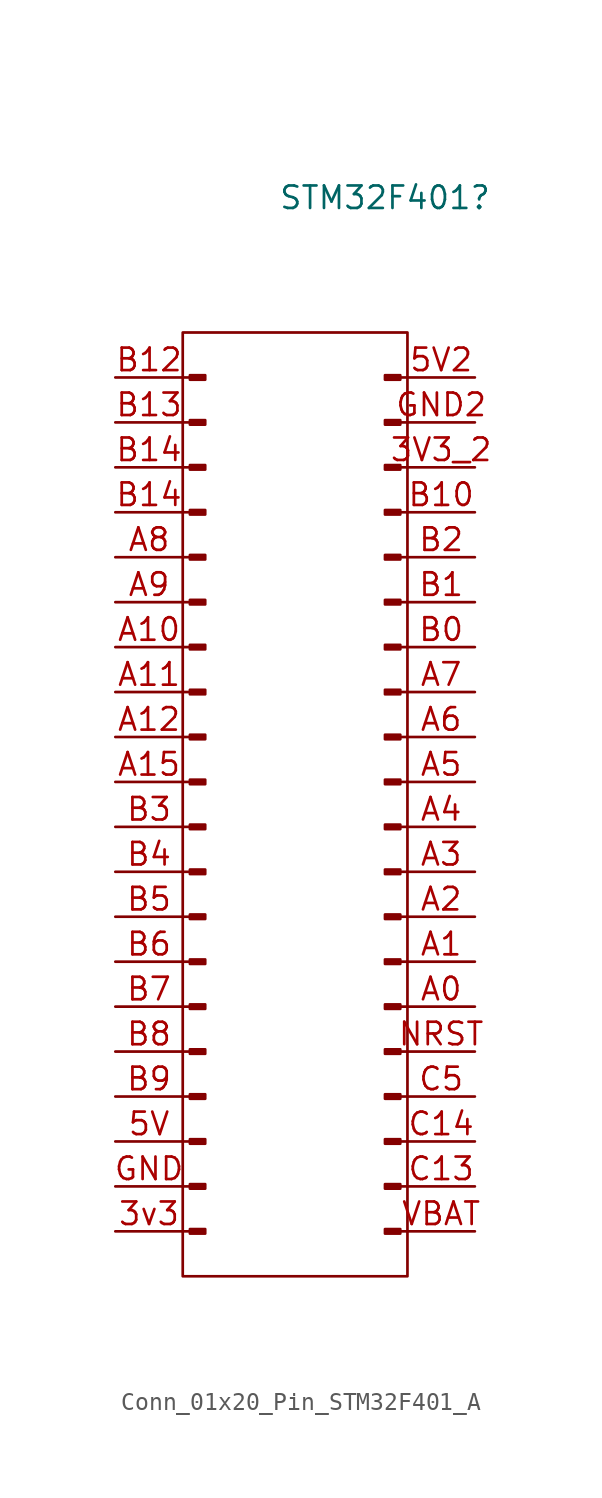
<source format=kicad_sym>
(kicad_symbol_lib
  (version 20220914)
  (generator kicad_symbol_editor)
  (symbol "Conn_01x20_Pin_STM32F401_A"
    (pin_names
      (offset 1.016) hide)
    (property "Reference" "STM32F401"
      (at 13.97 33.02 0)
      (effects (font (size 1.27 1.27))))
    (property "ki_locked" ""
      (at 0 0 0)
      (effects (font (size 1.27 1.27))))
    (symbol "Conn_01x20_Pin_STM32F401_A_0_1"
      (rectangle (start 2.54 25.4) (end 15.24 -27.94) (stroke (width 0) (type default)) (fill (type none))))
    (symbol "Conn_01x20_Pin_STM32F401_A_1_1"
      (polyline (pts (xy 2.54 -25.4) (xy 2.946 -25.4)) (stroke (width 0.152) (type default)) (fill (type none)))
      (polyline (pts (xy 2.54 -22.86) (xy 2.946 -22.86)) (stroke (width 0.152) (type default)) (fill (type none)))
      (polyline (pts (xy 2.54 -20.32) (xy 2.946 -20.32)) (stroke (width 0.152) (type default)) (fill (type none)))
      (polyline (pts (xy 2.54 -17.78) (xy 2.946 -17.78)) (stroke (width 0.152) (type default)) (fill (type none)))
      (polyline (pts (xy 2.54 -15.24) (xy 2.946 -15.24)) (stroke (width 0.152) (type default)) (fill (type none)))
      (polyline (pts (xy 2.54 -12.7) (xy 2.946 -12.7)) (stroke (width 0.152) (type default)) (fill (type none)))
      (polyline (pts (xy 2.54 -10.16) (xy 2.946 -10.16)) (stroke (width 0.152) (type default)) (fill (type none)))
      (polyline (pts (xy 2.54 -7.62) (xy 2.946 -7.62)) (stroke (width 0.152) (type default)) (fill (type none)))
      (polyline (pts (xy 2.54 -5.08) (xy 2.946 -5.08)) (stroke (width 0.152) (type default)) (fill (type none)))
      (polyline (pts (xy 2.54 -2.54) (xy 2.946 -2.54)) (stroke (width 0.152) (type default)) (fill (type none)))
      (polyline (pts (xy 2.54 0) (xy 2.946 0)) (stroke (width 0.152) (type default)) (fill (type none)))
      (polyline (pts (xy 2.54 2.54) (xy 2.946 2.54)) (stroke (width 0.152) (type default)) (fill (type none)))
      (polyline (pts (xy 2.54 5.08) (xy 2.946 5.08)) (stroke (width 0.152) (type default)) (fill (type none)))
      (polyline (pts (xy 2.54 7.62) (xy 2.946 7.62)) (stroke (width 0.152) (type default)) (fill (type none)))
      (polyline (pts (xy 2.54 10.16) (xy 2.946 10.16)) (stroke (width 0.152) (type default)) (fill (type none)))
      (polyline (pts (xy 2.54 12.7) (xy 2.946 12.7)) (stroke (width 0.152) (type default)) (fill (type none)))
      (polyline (pts (xy 2.54 15.24) (xy 2.946 15.24)) (stroke (width 0.152) (type default)) (fill (type none)))
      (polyline (pts (xy 2.54 17.78) (xy 2.946 17.78)) (stroke (width 0.152) (type default)) (fill (type none)))
      (polyline (pts (xy 2.54 20.32) (xy 2.946 20.32)) (stroke (width 0.152) (type default)) (fill (type none)))
      (polyline (pts (xy 2.54 22.86) (xy 2.946 22.86)) (stroke (width 0.152) (type default)) (fill (type none)))
      (polyline (pts (xy 15.24 -25.4) (xy 14.834 -25.4)) (stroke (width 0.152) (type default)) (fill (type none)))
      (polyline (pts (xy 15.24 -22.86) (xy 14.834 -22.86)) (stroke (width 0.152) (type default)) (fill (type none)))
      (polyline (pts (xy 15.24 -20.32) (xy 14.834 -20.32)) (stroke (width 0.152) (type default)) (fill (type none)))
      (polyline (pts (xy 15.24 -17.78) (xy 14.834 -17.78)) (stroke (width 0.152) (type default)) (fill (type none)))
      (polyline (pts (xy 15.24 -15.24) (xy 14.834 -15.24)) (stroke (width 0.152) (type default)) (fill (type none)))
      (polyline (pts (xy 15.24 -12.7) (xy 14.834 -12.7)) (stroke (width 0.152) (type default)) (fill (type none)))
      (polyline (pts (xy 15.24 -10.16) (xy 14.834 -10.16)) (stroke (width 0.152) (type default)) (fill (type none)))
      (polyline (pts (xy 15.24 -7.62) (xy 14.834 -7.62)) (stroke (width 0.152) (type default)) (fill (type none)))
      (polyline (pts (xy 15.24 -5.08) (xy 14.834 -5.08)) (stroke (width 0.152) (type default)) (fill (type none)))
      (polyline (pts (xy 15.24 -2.54) (xy 14.834 -2.54)) (stroke (width 0.152) (type default)) (fill (type none)))
      (polyline (pts (xy 15.24 0) (xy 14.834 0)) (stroke (width 0.152) (type default)) (fill (type none)))
      (polyline (pts (xy 15.24 2.54) (xy 14.834 2.54)) (stroke (width 0.152) (type default)) (fill (type none)))
      (polyline (pts (xy 15.24 5.08) (xy 14.834 5.08)) (stroke (width 0.152) (type default)) (fill (type none)))
      (polyline (pts (xy 15.24 7.62) (xy 14.834 7.62)) (stroke (width 0.152) (type default)) (fill (type none)))
      (polyline (pts (xy 15.24 10.16) (xy 14.834 10.16)) (stroke (width 0.152) (type default)) (fill (type none)))
      (polyline (pts (xy 15.24 12.7) (xy 14.834 12.7)) (stroke (width 0.152) (type default)) (fill (type none)))
      (polyline (pts (xy 15.24 15.24) (xy 14.834 15.24)) (stroke (width 0.152) (type default)) (fill (type none)))
      (polyline (pts (xy 15.24 17.78) (xy 14.834 17.78)) (stroke (width 0.152) (type default)) (fill (type none)))
      (polyline (pts (xy 15.24 20.32) (xy 14.834 20.32)) (stroke (width 0.152) (type default)) (fill (type none)))
      (polyline (pts (xy 15.24 22.86) (xy 14.834 22.86)) (stroke (width 0.152) (type default)) (fill (type none)))
      (rectangle (start 3.81 -25.527) (end 2.946 -25.273) (stroke (width 0.152) (type default)) (fill (type outline)))
      (rectangle (start 3.81 -22.987) (end 2.946 -22.733) (stroke (width 0.152) (type default)) (fill (type outline)))
      (rectangle (start 3.81 -20.447) (end 2.946 -20.193) (stroke (width 0.152) (type default)) (fill (type outline)))
      (rectangle (start 3.81 -17.907) (end 2.946 -17.653) (stroke (width 0.152) (type default)) (fill (type outline)))
      (rectangle (start 3.81 -15.367) (end 2.946 -15.113) (stroke (width 0.152) (type default)) (fill (type outline)))
      (rectangle (start 3.81 -12.827) (end 2.946 -12.573) (stroke (width 0.152) (type default)) (fill (type outline)))
      (rectangle (start 3.81 -10.287) (end 2.946 -10.033) (stroke (width 0.152) (type default)) (fill (type outline)))
      (rectangle (start 3.81 -7.747) (end 2.946 -7.493) (stroke (width 0.152) (type default)) (fill (type outline)))
      (rectangle (start 3.81 -5.207) (end 2.946 -4.953) (stroke (width 0.152) (type default)) (fill (type outline)))
      (rectangle (start 3.81 -2.667) (end 2.946 -2.413) (stroke (width 0.152) (type default)) (fill (type outline)))
      (rectangle (start 3.81 -0.127) (end 2.946 0.127) (stroke (width 0.152) (type default)) (fill (type outline)))
      (rectangle (start 3.81 2.413) (end 2.946 2.667) (stroke (width 0.152) (type default)) (fill (type outline)))
      (rectangle (start 3.81 4.953) (end 2.946 5.207) (stroke (width 0.152) (type default)) (fill (type outline)))
      (rectangle (start 3.81 7.493) (end 2.946 7.747) (stroke (width 0.152) (type default)) (fill (type outline)))
      (rectangle (start 3.81 10.033) (end 2.946 10.287) (stroke (width 0.152) (type default)) (fill (type outline)))
      (rectangle (start 3.81 12.573) (end 2.946 12.827) (stroke (width 0.152) (type default)) (fill (type outline)))
      (rectangle (start 3.81 15.113) (end 2.946 15.367) (stroke (width 0.152) (type default)) (fill (type outline)))
      (rectangle (start 3.81 17.653) (end 2.946 17.907) (stroke (width 0.152) (type default)) (fill (type outline)))
      (rectangle (start 3.81 20.193) (end 2.946 20.447) (stroke (width 0.152) (type default)) (fill (type outline)))
      (rectangle (start 3.81 22.733) (end 2.946 22.987) (stroke (width 0.152) (type default)) (fill (type outline)))
      (rectangle (start 14.834 -25.273) (end 13.97 -25.527) (stroke (width 0.152) (type default)) (fill (type outline)))
      (rectangle (start 14.834 -22.733) (end 13.97 -22.987) (stroke (width 0.152) (type default)) (fill (type outline)))
      (rectangle (start 14.834 -20.193) (end 13.97 -20.447) (stroke (width 0.152) (type default)) (fill (type outline)))
      (rectangle (start 14.834 -17.653) (end 13.97 -17.907) (stroke (width 0.152) (type default)) (fill (type outline)))
      (rectangle (start 14.834 -15.113) (end 13.97 -15.367) (stroke (width 0.152) (type default)) (fill (type outline)))
      (rectangle (start 14.834 -12.573) (end 13.97 -12.827) (stroke (width 0.152) (type default)) (fill (type outline)))
      (rectangle (start 14.834 -10.033) (end 13.97 -10.287) (stroke (width 0.152) (type default)) (fill (type outline)))
      (rectangle (start 14.834 -7.493) (end 13.97 -7.747) (stroke (width 0.152) (type default)) (fill (type outline)))
      (rectangle (start 14.834 -4.953) (end 13.97 -5.207) (stroke (width 0.152) (type default)) (fill (type outline)))
      (rectangle (start 14.834 -2.413) (end 13.97 -2.667) (stroke (width 0.152) (type default)) (fill (type outline)))
      (rectangle (start 14.834 0.127) (end 13.97 -0.127) (stroke (width 0.152) (type default)) (fill (type outline)))
      (rectangle (start 14.834 2.667) (end 13.97 2.413) (stroke (width 0.152) (type default)) (fill (type outline)))
      (rectangle (start 14.834 5.207) (end 13.97 4.953) (stroke (width 0.152) (type default)) (fill (type outline)))
      (rectangle (start 14.834 7.747) (end 13.97 7.493) (stroke (width 0.152) (type default)) (fill (type outline)))
      (rectangle (start 14.834 10.287) (end 13.97 10.033) (stroke (width 0.152) (type default)) (fill (type outline)))
      (rectangle (start 14.834 12.827) (end 13.97 12.573) (stroke (width 0.152) (type default)) (fill (type outline)))
      (rectangle (start 14.834 15.367) (end 13.97 15.113) (stroke (width 0.152) (type default)) (fill (type outline)))
      (rectangle (start 14.834 17.907) (end 13.97 17.653) (stroke (width 0.152) (type default)) (fill (type outline)))
      (rectangle (start 14.834 20.447) (end 13.97 20.193) (stroke (width 0.152) (type default)) (fill (type outline)))
      (rectangle (start 14.834 22.987) (end 13.97 22.733) (stroke (width 0.152) (type default)) (fill (type outline)))
      (pin passive line (at 19.05 17.78 180) (length 3.81) (name "Pin_23" (effects (font (size 1.27 1.27)))) (number "3V3_2" (effects (font (size 1.27 1.27)))))
      (pin passive line (at -1.27 -25.4 0) (length 3.81) (name "Pin_20" (effects (font (size 1.27 1.27)))) (number "3v3" (effects (font (size 1.27 1.27)))))
      (pin passive line (at -1.27 -20.32 0) (length 3.81) (name "Pin_18" (effects (font (size 1.27 1.27)))) (number "5V" (effects (font (size 1.27 1.27)))))
      (pin passive line (at 19.05 22.86 180) (length 3.81) (name "Pin_21" (effects (font (size 1.27 1.27)))) (number "5V2" (effects (font (size 1.27 1.27)))))
      (pin passive line (at 19.05 -12.7 180) (length 3.81) (name "Pin_35" (effects (font (size 1.27 1.27)))) (number "A0" (effects (font (size 1.27 1.27)))))
      (pin passive line (at 19.05 -10.16 180) (length 3.81) (name "Pin_34" (effects (font (size 1.27 1.27)))) (number "A1" (effects (font (size 1.27 1.27)))))
      (pin passive line (at -1.27 7.62 0) (length 3.81) (name "Pin_7" (effects (font (size 1.27 1.27)))) (number "A10" (effects (font (size 1.27 1.27)))))
      (pin passive line (at -1.27 5.08 0) (length 3.81) (name "Pin_8" (effects (font (size 1.27 1.27)))) (number "A11" (effects (font (size 1.27 1.27)))))
      (pin passive line (at -1.27 2.54 0) (length 3.81) (name "Pin_9" (effects (font (size 1.27 1.27)))) (number "A12" (effects (font (size 1.27 1.27)))))
      (pin passive line (at -1.27 0 0) (length 3.81) (name "A15" (effects (font (size 1.27 1.27)))) (number "A15" (effects (font (size 1.27 1.27)))))
      (pin passive line (at 19.05 -7.62 180) (length 3.81) (name "Pin_33" (effects (font (size 1.27 1.27)))) (number "A2" (effects (font (size 1.27 1.27)))))
      (pin passive line (at 19.05 -5.08 180) (length 3.81) (name "Pin_32" (effects (font (size 1.27 1.27)))) (number "A3" (effects (font (size 1.27 1.27)))))
      (pin passive line (at 19.05 -2.54 180) (length 3.81) (name "Pin_31" (effects (font (size 1.27 1.27)))) (number "A4" (effects (font (size 1.27 1.27)))))
      (pin passive line (at 19.05 0 180) (length 3.81) (name "Pin_20" (effects (font (size 1.27 1.27)))) (number "A5" (effects (font (size 1.27 1.27)))))
      (pin passive line (at 19.05 2.54 180) (length 3.81) (name "Pin_29" (effects (font (size 1.27 1.27)))) (number "A6" (effects (font (size 1.27 1.27)))))
      (pin passive line (at 19.05 5.08 180) (length 3.81) (name "Pin_28" (effects (font (size 1.27 1.27)))) (number "A7" (effects (font (size 1.27 1.27)))))
      (pin passive line (at -1.27 12.7 0) (length 3.81) (name "Pin_5" (effects (font (size 1.27 1.27)))) (number "A8" (effects (font (size 1.27 1.27)))))
      (pin passive line (at -1.27 10.16 0) (length 3.81) (name "Pin_6" (effects (font (size 1.27 1.27)))) (number "A9" (effects (font (size 1.27 1.27)))))
      (pin passive line (at 19.05 7.62 180) (length 3.81) (name "Pin_27" (effects (font (size 1.27 1.27)))) (number "B0" (effects (font (size 1.27 1.27)))))
      (pin passive line (at 19.05 10.16 180) (length 3.81) (name "Pin_26" (effects (font (size 1.27 1.27)))) (number "B1" (effects (font (size 1.27 1.27)))))
      (pin passive line (at 19.05 15.24 180) (length 3.81) (name "Pin_24" (effects (font (size 1.27 1.27)))) (number "B10" (effects (font (size 1.27 1.27)))))
      (pin passive line (at -1.27 22.86 0) (length 3.81) (name "Pin_1" (effects (font (size 1.27 1.27)))) (number "B12" (effects (font (size 1.27 1.27)))))
      (pin passive line (at -1.27 20.32 0) (length 3.81) (name "Pin_2" (effects (font (size 1.27 1.27)))) (number "B13" (effects (font (size 1.27 1.27)))))
      (pin passive line (at -1.27 17.78 0) (length 3.81) (name "Pin_3" (effects (font (size 1.27 1.27)))) (number "B14" (effects (font (size 1.27 1.27)))))
      (pin passive line (at -1.27 15.24 0) (length 3.81) (name "Pin_4" (effects (font (size 1.27 1.27)))) (number "B14" (effects (font (size 1.27 1.27)))))
      (pin passive line (at 19.05 12.7 180) (length 3.81) (name "Pin_25" (effects (font (size 1.27 1.27)))) (number "B2" (effects (font (size 1.27 1.27)))))
      (pin passive line (at -1.27 -2.54 0) (length 3.81) (name "Pin_11" (effects (font (size 1.27 1.27)))) (number "B3" (effects (font (size 1.27 1.27)))))
      (pin passive line (at -1.27 -5.08 0) (length 3.81) (name "Pin_12" (effects (font (size 1.27 1.27)))) (number "B4" (effects (font (size 1.27 1.27)))))
      (pin passive line (at -1.27 -7.62 0) (length 3.81) (name "Pin_13" (effects (font (size 1.27 1.27)))) (number "B5" (effects (font (size 1.27 1.27)))))
      (pin passive line (at -1.27 -10.16 0) (length 3.81) (name "Pin_14" (effects (font (size 1.27 1.27)))) (number "B6" (effects (font (size 1.27 1.27)))))
      (pin passive line (at -1.27 -12.7 0) (length 3.81) (name "Pin_15" (effects (font (size 1.27 1.27)))) (number "B7" (effects (font (size 1.27 1.27)))))
      (pin passive line (at -1.27 -15.24 0) (length 3.81) (name "Pin_16" (effects (font (size 1.27 1.27)))) (number "B8" (effects (font (size 1.27 1.27)))))
      (pin passive line (at -1.27 -17.78 0) (length 3.81) (name "Pin_17" (effects (font (size 1.27 1.27)))) (number "B9" (effects (font (size 1.27 1.27)))))
      (pin passive line (at 19.05 -22.86 180) (length 3.81) (name "Pin_39" (effects (font (size 1.27 1.27)))) (number "C13" (effects (font (size 1.27 1.27)))))
      (pin passive line (at 19.05 -20.32 180) (length 3.81) (name "Pin_38" (effects (font (size 1.27 1.27)))) (number "C14" (effects (font (size 1.27 1.27)))))
      (pin passive line (at 19.05 -17.78 180) (length 3.81) (name "Pin_37" (effects (font (size 1.27 1.27)))) (number "C5" (effects (font (size 1.27 1.27)))))
      (pin passive line (at -1.27 -22.86 0) (length 3.81) (name "Pin_19" (effects (font (size 1.27 1.27)))) (number "GND" (effects (font (size 1.27 1.27)))))
      (pin passive line (at 19.05 20.32 180) (length 3.81) (name "Pin_22" (effects (font (size 1.27 1.27)))) (number "GND2" (effects (font (size 1.27 1.27)))))
      (pin passive line (at 19.05 -15.24 180) (length 3.81) (name "Pin_36" (effects (font (size 1.27 1.27)))) (number "NRST" (effects (font (size 1.27 1.27)))))
      (pin passive line (at 19.05 -25.4 180) (length 3.81) (name "Pin_40" (effects (font (size 1.27 1.27)))) (number "VBAT" (effects (font (size 1.27 1.27))))))))
</source>
